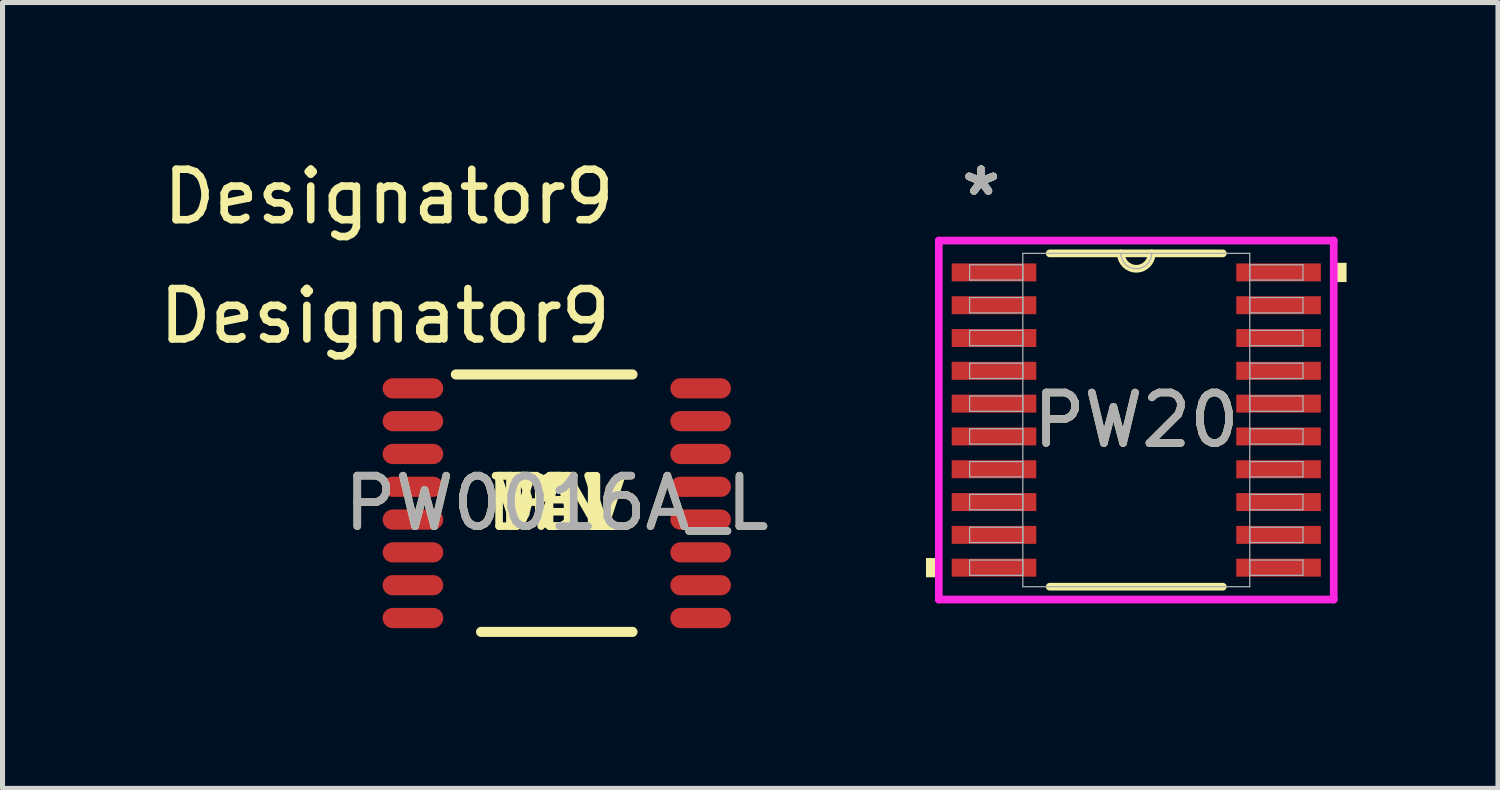
<source format=kicad_pcb>
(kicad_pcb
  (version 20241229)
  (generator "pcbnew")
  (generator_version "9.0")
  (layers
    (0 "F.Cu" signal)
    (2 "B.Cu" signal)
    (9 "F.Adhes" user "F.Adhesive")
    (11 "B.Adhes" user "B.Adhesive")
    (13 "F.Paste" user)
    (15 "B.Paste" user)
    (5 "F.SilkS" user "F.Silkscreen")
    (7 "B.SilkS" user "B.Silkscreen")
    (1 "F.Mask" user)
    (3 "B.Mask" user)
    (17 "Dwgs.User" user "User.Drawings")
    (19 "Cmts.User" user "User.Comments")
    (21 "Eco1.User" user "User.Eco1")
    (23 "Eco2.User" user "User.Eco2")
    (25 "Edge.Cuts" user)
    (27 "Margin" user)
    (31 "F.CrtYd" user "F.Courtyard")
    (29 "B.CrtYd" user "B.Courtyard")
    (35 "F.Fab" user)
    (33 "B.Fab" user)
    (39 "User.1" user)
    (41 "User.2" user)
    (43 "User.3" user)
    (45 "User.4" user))
  (footprint "PW20"
    (layer "F.Cu")
    (at 19.462 5.272)
    (property "Reference" "PW20" (at 0 0 0) (unlocked yes) (layer "F.SilkS") (effects (font (size 1 1) (thickness 0.15))))
    (attr smd)
    (fp_line (start -1.715 3.302) (end 1.715 3.302) (stroke (width 0.152) (type solid)) (layer "F.SilkS"))
    (fp_line (start 1.715 -3.302) (end -1.715 -3.302) (stroke (width 0.152) (type solid)) (layer "F.SilkS"))
    (fp_arc (start 0.3048 -3.302) (mid 0 -2.9972) (end -0.3048 -3.302) (stroke (width 0.1524) (type solid)) (layer "F.SilkS"))
    (fp_poly (pts (xy -4.166 2.734) (xy -4.166 3.115) (xy -3.912 3.115) (xy -3.912 2.734)) (stroke (width 0) (type solid)) (fill yes) (layer "F.SilkS"))
    (fp_poly (pts (xy 4.166 -3.115) (xy 4.166 -2.734) (xy 3.912 -2.734) (xy 3.912 -3.115)) (stroke (width 0) (type solid)) (fill yes) (layer "F.SilkS"))
    (fp_line (start -3.912 -3.556) (end 3.912 -3.556) (stroke (width 0.152) (type solid)) (layer "F.CrtYd"))
    (fp_line (start -3.912 3.556) (end -3.912 -3.556) (stroke (width 0.152) (type solid)) (layer "F.CrtYd"))
    (fp_line (start 3.912 -3.556) (end 3.912 3.556) (stroke (width 0.152) (type solid)) (layer "F.CrtYd"))
    (fp_line (start 3.912 3.556) (end -3.912 3.556) (stroke (width 0.152) (type solid)) (layer "F.CrtYd"))
    (fp_line (start -3.302 -3.077) (end -3.302 -2.773) (stroke (width 0.025) (type solid)) (layer "F.Fab"))
    (fp_line (start -3.302 -2.773) (end -2.248 -2.773) (stroke (width 0.025) (type solid)) (layer "F.Fab"))
    (fp_line (start -3.302 -2.427) (end -3.302 -2.123) (stroke (width 0.025) (type solid)) (layer "F.Fab"))
    (fp_line (start -3.302 -2.123) (end -2.248 -2.123) (stroke (width 0.025) (type solid)) (layer "F.Fab"))
    (fp_line (start -3.302 -1.777) (end -3.302 -1.473) (stroke (width 0.025) (type solid)) (layer "F.Fab"))
    (fp_line (start -3.302 -1.473) (end -2.248 -1.473) (stroke (width 0.025) (type solid)) (layer "F.Fab"))
    (fp_line (start -3.302 -1.127) (end -3.302 -0.823) (stroke (width 0.025) (type solid)) (layer "F.Fab"))
    (fp_line (start -3.302 -0.823) (end -2.248 -0.823) (stroke (width 0.025) (type solid)) (layer "F.Fab"))
    (fp_line (start -3.302 -0.477) (end -3.302 -0.173) (stroke (width 0.025) (type solid)) (layer "F.Fab"))
    (fp_line (start -3.302 -0.173) (end -2.248 -0.173) (stroke (width 0.025) (type solid)) (layer "F.Fab"))
    (fp_line (start -3.302 0.173) (end -3.302 0.477) (stroke (width 0.025) (type solid)) (layer "F.Fab"))
    (fp_line (start -3.302 0.477) (end -2.248 0.477) (stroke (width 0.025) (type solid)) (layer "F.Fab"))
    (fp_line (start -3.302 0.823) (end -3.302 1.127) (stroke (width 0.025) (type solid)) (layer "F.Fab"))
    (fp_line (start -3.302 1.127) (end -2.248 1.127) (stroke (width 0.025) (type solid)) (layer "F.Fab"))
    (fp_line (start -3.302 1.473) (end -3.302 1.777) (stroke (width 0.025) (type solid)) (layer "F.Fab"))
    (fp_line (start -3.302 1.777) (end -2.248 1.777) (stroke (width 0.025) (type solid)) (layer "F.Fab"))
    (fp_line (start -3.302 2.123) (end -3.302 2.427) (stroke (width 0.025) (type solid)) (layer "F.Fab"))
    (fp_line (start -3.302 2.427) (end -2.248 2.427) (stroke (width 0.025) (type solid)) (layer "F.Fab"))
    (fp_line (start -3.302 2.773) (end -3.302 3.077) (stroke (width 0.025) (type solid)) (layer "F.Fab"))
    (fp_line (start -3.302 3.077) (end -2.248 3.077) (stroke (width 0.025) (type solid)) (layer "F.Fab"))
    (fp_line (start -2.248 -3.302) (end -2.248 3.302) (stroke (width 0.025) (type solid)) (layer "F.Fab"))
    (fp_line (start -2.248 -3.077) (end -3.302 -3.077) (stroke (width 0.025) (type solid)) (layer "F.Fab"))
    (fp_line (start -2.248 -2.773) (end -2.248 -3.077) (stroke (width 0.025) (type solid)) (layer "F.Fab"))
    (fp_line (start -2.248 -2.427) (end -3.302 -2.427) (stroke (width 0.025) (type solid)) (layer "F.Fab"))
    (fp_line (start -2.248 -2.123) (end -2.248 -2.427) (stroke (width 0.025) (type solid)) (layer "F.Fab"))
    (fp_line (start -2.248 -1.777) (end -3.302 -1.777) (stroke (width 0.025) (type solid)) (layer "F.Fab"))
    (fp_line (start -2.248 -1.473) (end -2.248 -1.777) (stroke (width 0.025) (type solid)) (layer "F.Fab"))
    (fp_line (start -2.248 -1.127) (end -3.302 -1.127) (stroke (width 0.025) (type solid)) (layer "F.Fab"))
    (fp_line (start -2.248 -0.823) (end -2.248 -1.127) (stroke (width 0.025) (type solid)) (layer "F.Fab"))
    (fp_line (start -2.248 -0.477) (end -3.302 -0.477) (stroke (width 0.025) (type solid)) (layer "F.Fab"))
    (fp_line (start -2.248 -0.173) (end -2.248 -0.477) (stroke (width 0.025) (type solid)) (layer "F.Fab"))
    (fp_line (start -2.248 0.173) (end -3.302 0.173) (stroke (width 0.025) (type solid)) (layer "F.Fab"))
    (fp_line (start -2.248 0.477) (end -2.248 0.173) (stroke (width 0.025) (type solid)) (layer "F.Fab"))
    (fp_line (start -2.248 0.823) (end -3.302 0.823) (stroke (width 0.025) (type solid)) (layer "F.Fab"))
    (fp_line (start -2.248 1.127) (end -2.248 0.823) (stroke (width 0.025) (type solid)) (layer "F.Fab"))
    (fp_line (start -2.248 1.473) (end -3.302 1.473) (stroke (width 0.025) (type solid)) (layer "F.Fab"))
    (fp_line (start -2.248 1.777) (end -2.248 1.473) (stroke (width 0.025) (type solid)) (layer "F.Fab"))
    (fp_line (start -2.248 2.123) (end -3.302 2.123) (stroke (width 0.025) (type solid)) (layer "F.Fab"))
    (fp_line (start -2.248 2.427) (end -2.248 2.123) (stroke (width 0.025) (type solid)) (layer "F.Fab"))
    (fp_line (start -2.248 2.773) (end -3.302 2.773) (stroke (width 0.025) (type solid)) (layer "F.Fab"))
    (fp_line (start -2.248 3.077) (end -2.248 2.773) (stroke (width 0.025) (type solid)) (layer "F.Fab"))
    (fp_line (start -2.248 3.302) (end 2.248 3.302) (stroke (width 0.025) (type solid)) (layer "F.Fab"))
    (fp_line (start 2.248 -3.302) (end -2.248 -3.302) (stroke (width 0.025) (type solid)) (layer "F.Fab"))
    (fp_line (start 2.248 -3.077) (end 2.248 -2.773) (stroke (width 0.025) (type solid)) (layer "F.Fab"))
    (fp_line (start 2.248 -2.773) (end 3.302 -2.773) (stroke (width 0.025) (type solid)) (layer "F.Fab"))
    (fp_line (start 2.248 -2.427) (end 2.248 -2.123) (stroke (width 0.025) (type solid)) (layer "F.Fab"))
    (fp_line (start 2.248 -2.123) (end 3.302 -2.123) (stroke (width 0.025) (type solid)) (layer "F.Fab"))
    (fp_line (start 2.248 -1.777) (end 2.248 -1.473) (stroke (width 0.025) (type solid)) (layer "F.Fab"))
    (fp_line (start 2.248 -1.473) (end 3.302 -1.473) (stroke (width 0.025) (type solid)) (layer "F.Fab"))
    (fp_line (start 2.248 -1.127) (end 2.248 -0.823) (stroke (width 0.025) (type solid)) (layer "F.Fab"))
    (fp_line (start 2.248 -0.823) (end 3.302 -0.823) (stroke (width 0.025) (type solid)) (layer "F.Fab"))
    (fp_line (start 2.248 -0.477) (end 2.248 -0.173) (stroke (width 0.025) (type solid)) (layer "F.Fab"))
    (fp_line (start 2.248 -0.173) (end 3.302 -0.173) (stroke (width 0.025) (type solid)) (layer "F.Fab"))
    (fp_line (start 2.248 0.173) (end 2.248 0.477) (stroke (width 0.025) (type solid)) (layer "F.Fab"))
    (fp_line (start 2.248 0.477) (end 3.302 0.477) (stroke (width 0.025) (type solid)) (layer "F.Fab"))
    (fp_line (start 2.248 0.823) (end 2.248 1.127) (stroke (width 0.025) (type solid)) (layer "F.Fab"))
    (fp_line (start 2.248 1.127) (end 3.302 1.127) (stroke (width 0.025) (type solid)) (layer "F.Fab"))
    (fp_line (start 2.248 1.473) (end 2.248 1.777) (stroke (width 0.025) (type solid)) (layer "F.Fab"))
    (fp_line (start 2.248 1.777) (end 3.302 1.777) (stroke (width 0.025) (type solid)) (layer "F.Fab"))
    (fp_line (start 2.248 2.123) (end 2.248 2.427) (stroke (width 0.025) (type solid)) (layer "F.Fab"))
    (fp_line (start 2.248 2.427) (end 3.302 2.427) (stroke (width 0.025) (type solid)) (layer "F.Fab"))
    (fp_line (start 2.248 2.773) (end 2.248 3.077) (stroke (width 0.025) (type solid)) (layer "F.Fab"))
    (fp_line (start 2.248 3.077) (end 3.302 3.077) (stroke (width 0.025) (type solid)) (layer "F.Fab"))
    (fp_line (start 2.248 3.302) (end 2.248 -3.302) (stroke (width 0.025) (type solid)) (layer "F.Fab"))
    (fp_line (start 3.302 -3.077) (end 2.248 -3.077) (stroke (width 0.025) (type solid)) (layer "F.Fab"))
    (fp_line (start 3.302 -2.773) (end 3.302 -3.077) (stroke (width 0.025) (type solid)) (layer "F.Fab"))
    (fp_line (start 3.302 -2.427) (end 2.248 -2.427) (stroke (width 0.025) (type solid)) (layer "F.Fab"))
    (fp_line (start 3.302 -2.123) (end 3.302 -2.427) (stroke (width 0.025) (type solid)) (layer "F.Fab"))
    (fp_line (start 3.302 -1.777) (end 2.248 -1.777) (stroke (width 0.025) (type solid)) (layer "F.Fab"))
    (fp_line (start 3.302 -1.473) (end 3.302 -1.777) (stroke (width 0.025) (type solid)) (layer "F.Fab"))
    (fp_line (start 3.302 -1.127) (end 2.248 -1.127) (stroke (width 0.025) (type solid)) (layer "F.Fab"))
    (fp_line (start 3.302 -0.823) (end 3.302 -1.127) (stroke (width 0.025) (type solid)) (layer "F.Fab"))
    (fp_line (start 3.302 -0.477) (end 2.248 -0.477) (stroke (width 0.025) (type solid)) (layer "F.Fab"))
    (fp_line (start 3.302 -0.173) (end 3.302 -0.477) (stroke (width 0.025) (type solid)) (layer "F.Fab"))
    (fp_line (start 3.302 0.173) (end 2.248 0.173) (stroke (width 0.025) (type solid)) (layer "F.Fab"))
    (fp_line (start 3.302 0.477) (end 3.302 0.173) (stroke (width 0.025) (type solid)) (layer "F.Fab"))
    (fp_line (start 3.302 0.823) (end 2.248 0.823) (stroke (width 0.025) (type solid)) (layer "F.Fab"))
    (fp_line (start 3.302 1.127) (end 3.302 0.823) (stroke (width 0.025) (type solid)) (layer "F.Fab"))
    (fp_line (start 3.302 1.473) (end 2.248 1.473) (stroke (width 0.025) (type solid)) (layer "F.Fab"))
    (fp_line (start 3.302 1.777) (end 3.302 1.473) (stroke (width 0.025) (type solid)) (layer "F.Fab"))
    (fp_line (start 3.302 2.123) (end 2.248 2.123) (stroke (width 0.025) (type solid)) (layer "F.Fab"))
    (fp_line (start 3.302 2.427) (end 3.302 2.123) (stroke (width 0.025) (type solid)) (layer "F.Fab"))
    (fp_line (start 3.302 2.773) (end 2.248 2.773) (stroke (width 0.025) (type solid)) (layer "F.Fab"))
    (fp_line (start 3.302 3.077) (end 3.302 2.773) (stroke (width 0.025) (type solid)) (layer "F.Fab"))
    (fp_arc (start 0.3048 -3.302) (mid 0 -2.9972) (end -0.3048 -3.302) (stroke (width 0.0254) (type solid)) (layer "F.Fab"))
    (fp_text user "*" (at -3.073 -4.424 0) (unlocked yes) (layer "F.SilkS") (effects (font (size 1 1) (thickness 0.15))))
    (fp_text user "*" (at -3.073 -4.424 0) (layer "F.SilkS") (effects (font (size 1 1) (thickness 0.15))))
    (fp_text user "*" (at -3.073 -4.424 0) (layer "F.Fab") (effects (font (size 1 1) (thickness 0.15))))
    (fp_text user "${REFERENCE}" (at 0 0 0) (unlocked yes) (layer "F.Fab") (effects (font (size 1 1) (thickness 0.15))))
    (fp_text user "*" (at -3.073 -4.424 0) (unlocked yes) (layer "F.Fab") (effects (font (size 1 1) (thickness 0.15))))
    (pad "1" smd rect (at -2.819 -2.925) (size 1.676 0.356) (layers "F.Cu" "F.Mask" "F.Paste"))
    (pad "2" smd rect (at -2.819 -2.275) (size 1.676 0.356) (layers "F.Cu" "F.Mask" "F.Paste"))
    (pad "3" smd rect (at -2.819 -1.625) (size 1.676 0.356) (layers "F.Cu" "F.Mask" "F.Paste"))
    (pad "4" smd rect (at -2.819 -0.975) (size 1.676 0.356) (layers "F.Cu" "F.Mask" "F.Paste"))
    (pad "5" smd rect (at -2.819 -0.325) (size 1.676 0.356) (layers "F.Cu" "F.Mask" "F.Paste"))
    (pad "6" smd rect (at -2.819 0.325) (size 1.676 0.356) (layers "F.Cu" "F.Mask" "F.Paste"))
    (pad "7" smd rect (at -2.819 0.975) (size 1.676 0.356) (layers "F.Cu" "F.Mask" "F.Paste"))
    (pad "8" smd rect (at -2.819 1.625) (size 1.676 0.356) (layers "F.Cu" "F.Mask" "F.Paste"))
    (pad "9" smd rect (at -2.819 2.275) (size 1.676 0.356) (layers "F.Cu" "F.Mask" "F.Paste"))
    (pad "10" smd rect (at -2.819 2.925) (size 1.676 0.356) (layers "F.Cu" "F.Mask" "F.Paste"))
    (pad "11" smd rect (at 2.819 2.925) (size 1.676 0.356) (layers "F.Cu" "F.Mask" "F.Paste"))
    (pad "12" smd rect (at 2.819 2.275) (size 1.676 0.356) (layers "F.Cu" "F.Mask" "F.Paste"))
    (pad "13" smd rect (at 2.819 1.625) (size 1.676 0.356) (layers "F.Cu" "F.Mask" "F.Paste"))
    (pad "14" smd rect (at 2.819 0.975) (size 1.676 0.356) (layers "F.Cu" "F.Mask" "F.Paste"))
    (pad "15" smd rect (at 2.819 0.325) (size 1.676 0.356) (layers "F.Cu" "F.Mask" "F.Paste"))
    (pad "16" smd rect (at 2.819 -0.325) (size 1.676 0.356) (layers "F.Cu" "F.Mask" "F.Paste"))
    (pad "17" smd rect (at 2.819 -0.975) (size 1.676 0.356) (layers "F.Cu" "F.Mask" "F.Paste"))
    (pad "18" smd rect (at 2.819 -1.625) (size 1.676 0.356) (layers "F.Cu" "F.Mask" "F.Paste"))
    (pad "19" smd rect (at 2.819 -2.275) (size 1.676 0.356) (layers "F.Cu" "F.Mask" "F.Paste"))
    (pad "20" smd rect (at 2.819 -2.925) (size 1.676 0.356) (layers "F.Cu" "F.Mask" "F.Paste")))
  (footprint "PW0016A_L"
    (layer "F.Cu")
    (at 7.981 6.919)
    (property "Reference" "PW0016A_L" (at 0 0 0) (unlocked yes) (layer "F.SilkS") (effects (font (size 1 1) (thickness 0.15))))
    (attr smd)
    (fp_line (start -2 -2.55) (end 1.5 -2.55) (stroke (width 0.2) (type solid)) (layer "F.SilkS"))
    (fp_line (start -1.5 2.55) (end 1.5 2.55) (stroke (width 0.2) (type solid)) (layer "F.SilkS"))
    (fp_text user "Designator9" (at -3.404 -3.708 0) (unlocked yes) (layer "F.SilkS") (effects (font (size 1 1) (thickness 0.15))))
    (fp_text user "VAL" (at 0 0 0) (unlocked yes) (layer "F.SilkS") (effects (font (size 1 1) (thickness 0.15))))
    (fp_text user "TOL" (at 0 0 0) (unlocked yes) (layer "F.SilkS") (effects (font (size 1 1) (thickness 0.15))))
    (fp_text user "Designator9" (at -3.327 -6.071 0) (unlocked yes) (layer "F.SilkS") (effects (font (size 1 1) (thickness 0.15))))
    (fp_text user "DEV" (at 0 0 0) (unlocked yes) (layer "F.SilkS") (effects (font (size 1 1) (thickness 0.15))))
    (fp_text user "PN" (at 0 0 0) (unlocked yes) (layer "F.SilkS") (effects (font (size 1 1) (thickness 0.15))))
    (fp_text user "${REFERENCE}" (at 0 0 0) (unlocked yes) (layer "F.Fab") (effects (font (size 1 1) (thickness 0.15))))
    (pad "1" smd oval (at -2.85 -2.275 90) (size 0.4 1.2) (layers "F.Cu" "F.Mask" "F.Paste"))
    (pad "2" smd oval (at -2.85 -1.625 90) (size 0.4 1.2) (layers "F.Cu" "F.Mask" "F.Paste"))
    (pad "3" smd oval (at -2.85 -0.975 90) (size 0.4 1.2) (layers "F.Cu" "F.Mask" "F.Paste"))
    (pad "4" smd oval (at -2.85 -0.325 90) (size 0.4 1.2) (layers "F.Cu" "F.Mask" "F.Paste"))
    (pad "5" smd oval (at -2.85 0.325 90) (size 0.4 1.2) (layers "F.Cu" "F.Mask" "F.Paste"))
    (pad "6" smd oval (at -2.85 0.975 90) (size 0.4 1.2) (layers "F.Cu" "F.Mask" "F.Paste"))
    (pad "7" smd oval (at -2.85 1.625 90) (size 0.4 1.2) (layers "F.Cu" "F.Mask" "F.Paste"))
    (pad "8" smd oval (at -2.85 2.275 90) (size 0.4 1.2) (layers "F.Cu" "F.Mask" "F.Paste"))
    (pad "9" smd oval (at 2.85 2.275 90) (size 0.4 1.2) (layers "F.Cu" "F.Mask" "F.Paste"))
    (pad "10" smd oval (at 2.85 1.625 90) (size 0.4 1.2) (layers "F.Cu" "F.Mask" "F.Paste"))
    (pad "11" smd oval (at 2.85 0.975 90) (size 0.4 1.2) (layers "F.Cu" "F.Mask" "F.Paste"))
    (pad "12" smd oval (at 2.85 0.325 90) (size 0.4 1.2) (layers "F.Cu" "F.Mask" "F.Paste"))
    (pad "13" smd oval (at 2.85 -0.325 90) (size 0.4 1.2) (layers "F.Cu" "F.Mask" "F.Paste"))
    (pad "14" smd oval (at 2.85 -0.975 90) (size 0.4 1.2) (layers "F.Cu" "F.Mask" "F.Paste"))
    (pad "15" smd oval (at 2.85 -1.625 90) (size 0.4 1.2) (layers "F.Cu" "F.Mask" "F.Paste"))
    (pad "16" smd oval (at 2.85 -2.275 90) (size 0.4 1.2) (layers "F.Cu" "F.Mask" "F.Paste")))
  (gr_rect
    (start -3 -3)
    (end 26.628 12.569)
    (stroke (width 0.1) (type default))
    (fill no)
    (layer "Edge.Cuts")))
</source>
